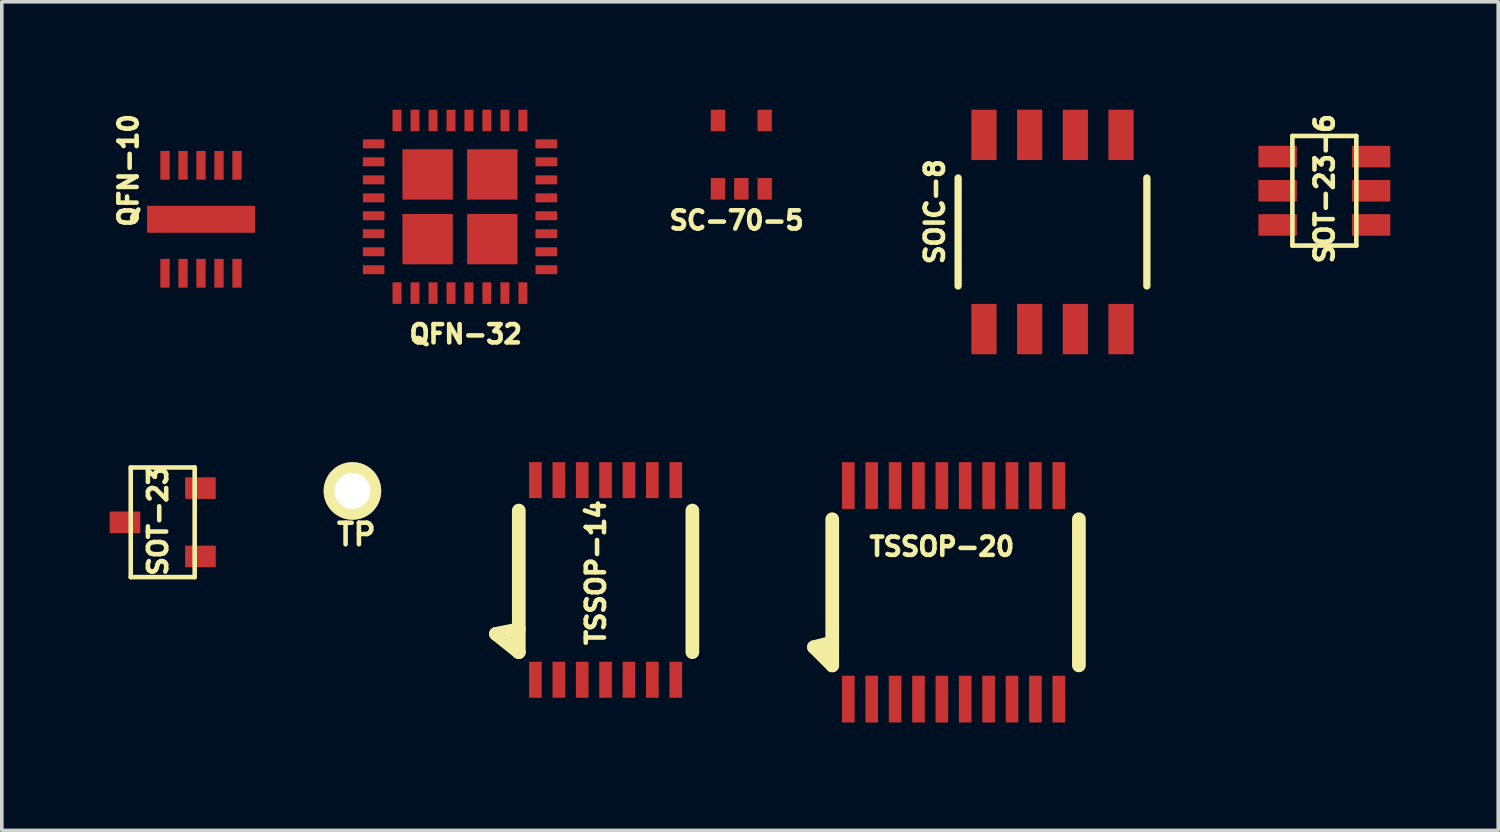
<source format=kicad_pcb>
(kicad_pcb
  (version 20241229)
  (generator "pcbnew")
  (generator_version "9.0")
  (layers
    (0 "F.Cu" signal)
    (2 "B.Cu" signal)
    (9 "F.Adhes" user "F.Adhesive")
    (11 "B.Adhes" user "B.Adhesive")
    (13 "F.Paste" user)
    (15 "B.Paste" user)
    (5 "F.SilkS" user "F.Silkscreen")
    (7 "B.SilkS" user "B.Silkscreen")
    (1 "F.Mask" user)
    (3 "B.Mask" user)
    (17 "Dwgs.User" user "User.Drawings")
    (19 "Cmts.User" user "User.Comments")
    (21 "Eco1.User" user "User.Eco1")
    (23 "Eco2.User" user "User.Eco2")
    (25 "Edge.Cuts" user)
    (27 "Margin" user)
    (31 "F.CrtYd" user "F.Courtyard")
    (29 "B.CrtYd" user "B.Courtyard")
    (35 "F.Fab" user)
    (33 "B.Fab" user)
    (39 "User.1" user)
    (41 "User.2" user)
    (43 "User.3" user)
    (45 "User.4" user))
  (footprint "QFN-10"
    (layer "F.Cu")
    (at 2.539 3.047)
    (property "Reference" "QFN-10" (at -2.019 -1.359 270) (layer "F.SilkS") (effects (font (size 0.508 0.508) (thickness 0.127))))
    (attr through_hole)
    (pad "1" smd rect (at -1.001 1.501) (size 0.259 0.8) (layers "F.Cu" "F.Mask" "F.Paste"))
    (pad "2" smd rect (at -0.5 1.501) (size 0.259 0.8) (layers "F.Cu" "F.Mask" "F.Paste"))
    (pad "3" smd rect (at 0 1.501) (size 0.259 0.8) (layers "F.Cu" "F.Mask" "F.Paste"))
    (pad "4" smd rect (at 0.5 1.501) (size 0.259 0.8) (layers "F.Cu" "F.Mask" "F.Paste"))
    (pad "5" smd rect (at 1.001 1.501) (size 0.259 0.8) (layers "F.Cu" "F.Mask" "F.Paste"))
    (pad "6" smd rect (at 1.001 -1.501) (size 0.259 0.8) (layers "F.Cu" "F.Mask" "F.Paste"))
    (pad "7" smd rect (at 0.5 -1.501) (size 0.259 0.8) (layers "F.Cu" "F.Mask" "F.Paste"))
    (pad "8" smd rect (at 0 -1.501) (size 0.259 0.8) (layers "F.Cu" "F.Mask" "F.Paste"))
    (pad "9" smd rect (at -0.5 -1.501) (size 0.259 0.8) (layers "F.Cu" "F.Mask" "F.Paste"))
    (pad "10" smd rect (at -1.001 -1.501) (size 0.259 0.8) (layers "F.Cu" "F.Mask" "F.Paste"))
    (pad "11" smd rect (at 0 0) (size 3 0.749) (layers "F.Cu" "F.Mask" "F.Paste")))
  (footprint "TSSOP-20"
    (layer "F.Cu")
    (at 23.138 13.419)
    (property "Reference" "TSSOP-20" (at 0 -1.27 0) (layer "F.SilkS") (effects (font (size 0.508 0.508) (thickness 0.127))))
    (attr through_hole)
    (fp_line (start -3.556 1.524) (end -3.048 1.397) (stroke (width 0.381) (type solid)) (layer "F.SilkS"))
    (fp_line (start -3.048 2.032) (end -3.556 1.524) (stroke (width 0.381) (type solid)) (layer "F.SilkS"))
    (fp_line (start -3.048 2.032) (end -3.048 -2.032) (stroke (width 0.381) (type solid)) (layer "F.SilkS"))
    (fp_line (start 3.81 2.032) (end 3.81 -2.032) (stroke (width 0.381) (type solid)) (layer "F.SilkS"))
    (pad "1" smd rect (at -2.601 2.969) (size 0.351 1.3) (layers "F.Cu" "F.Mask" "F.Paste"))
    (pad "2" smd rect (at -1.951 2.969) (size 0.351 1.3) (layers "F.Cu" "F.Mask" "F.Paste"))
    (pad "3" smd rect (at -1.3 2.969) (size 0.351 1.3) (layers "F.Cu" "F.Mask" "F.Paste"))
    (pad "4" smd rect (at -0.65 2.969) (size 0.351 1.3) (layers "F.Cu" "F.Mask" "F.Paste"))
    (pad "5" smd rect (at 0 2.969) (size 0.351 1.3) (layers "F.Cu" "F.Mask" "F.Paste"))
    (pad "6" smd rect (at 0.65 2.969) (size 0.351 1.3) (layers "F.Cu" "F.Mask" "F.Paste"))
    (pad "7" smd rect (at 1.3 2.969) (size 0.351 1.3) (layers "F.Cu" "F.Mask" "F.Paste"))
    (pad "8" smd rect (at 1.951 2.969) (size 0.351 1.3) (layers "F.Cu" "F.Mask" "F.Paste"))
    (pad "9" smd rect (at 2.601 2.969) (size 0.351 1.3) (layers "F.Cu" "F.Mask" "F.Paste"))
    (pad "10" smd rect (at 3.251 2.969) (size 0.351 1.3) (layers "F.Cu" "F.Mask" "F.Paste"))
    (pad "11" smd rect (at 3.251 -2.969) (size 0.351 1.3) (layers "F.Cu" "F.Mask" "F.Paste"))
    (pad "12" smd rect (at 2.601 -2.969) (size 0.351 1.3) (layers "F.Cu" "F.Mask" "F.Paste"))
    (pad "13" smd rect (at 1.951 -2.969) (size 0.351 1.3) (layers "F.Cu" "F.Mask" "F.Paste"))
    (pad "14" smd rect (at 1.3 -2.969) (size 0.351 1.3) (layers "F.Cu" "F.Mask" "F.Paste"))
    (pad "15" smd rect (at 0.65 -2.969) (size 0.351 1.3) (layers "F.Cu" "F.Mask" "F.Paste"))
    (pad "16" smd rect (at 0 -2.969) (size 0.351 1.3) (layers "F.Cu" "F.Mask" "F.Paste"))
    (pad "17" smd rect (at -0.65 -2.969) (size 0.351 1.3) (layers "F.Cu" "F.Mask" "F.Paste"))
    (pad "18" smd rect (at -1.3 -2.969) (size 0.351 1.3) (layers "F.Cu" "F.Mask" "F.Paste"))
    (pad "19" smd rect (at -1.951 -2.969) (size 0.351 1.3) (layers "F.Cu" "F.Mask" "F.Paste"))
    (pad "20" smd rect (at -2.601 -2.969) (size 0.351 1.3) (layers "F.Cu" "F.Mask" "F.Paste")))
  (footprint "TP"
    (layer "F.Cu")
    (at 6.749 10.6)
    (property "Reference" "TP" (at 0.109 1.212 0) (layer "F.SilkS") (effects (font (size 0.599 0.599) (thickness 0.127))))
    (attr through_hole)
    (pad "1" thru_hole circle (at 0 0) (size 1.6 1.6) (drill 1.001) (layers "*.Cu" "*.Mask" "F.SilkS")))
  (footprint "SOT-23"
    (layer "F.Cu")
    (at 1.474 11.472)
    (property "Reference" "SOT-23" (at -0.132 -0.033 90) (layer "F.SilkS") (effects (font (size 0.508 0.508) (thickness 0.127))))
    (attr smd)
    (fp_line (start -0.889 -1.524) (end 0.889 -1.524) (stroke (width 0.127) (type solid)) (layer "F.SilkS"))
    (fp_line (start -0.889 1.524) (end -0.889 -1.524) (stroke (width 0.127) (type solid)) (layer "F.SilkS"))
    (fp_line (start 0.889 -1.524) (end 0.889 1.524) (stroke (width 0.127) (type solid)) (layer "F.SilkS"))
    (fp_line (start 0.889 1.524) (end -0.889 1.524) (stroke (width 0.127) (type solid)) (layer "F.SilkS"))
    (pad "1" smd rect (at 1.049 0.95) (size 0.851 0.599) (layers "F.Cu" "F.Mask" "F.Paste"))
    (pad "2" smd rect (at 1.049 -0.95) (size 0.851 0.599) (layers "F.Cu" "F.Mask" "F.Paste"))
    (pad "3" smd rect (at -1.049 0) (size 0.851 0.599) (layers "F.Cu" "F.Mask" "F.Paste")))
  (footprint "SOT-23-6"
    (layer "F.Cu")
    (at 33.773 2.254)
    (property "Reference" "SOT-23-6" (at 0.005 -0.058 90) (layer "F.SilkS") (effects (font (size 0.508 0.508) (thickness 0.127))))
    (attr smd)
    (fp_line (start -0.889 -1.524) (end 0.889 -1.524) (stroke (width 0.127) (type solid)) (layer "F.SilkS"))
    (fp_line (start -0.889 1.524) (end -0.889 -1.524) (stroke (width 0.127) (type solid)) (layer "F.SilkS"))
    (fp_line (start 0.889 -1.524) (end 0.889 1.524) (stroke (width 0.127) (type solid)) (layer "F.SilkS"))
    (fp_line (start 0.889 1.524) (end -0.889 1.524) (stroke (width 0.127) (type solid)) (layer "F.SilkS"))
    (pad "1" smd rect (at -1.3 -0.95) (size 1.067 0.599) (layers "F.Cu" "F.Mask" "F.Paste"))
    (pad "2" smd rect (at -1.3 0) (size 1.067 0.599) (layers "F.Cu" "F.Mask" "F.Paste"))
    (pad "3" smd rect (at -1.3 0.95) (size 1.067 0.599) (layers "F.Cu" "F.Mask" "F.Paste"))
    (pad "4" smd rect (at 1.3 0.95) (size 1.067 0.599) (layers "F.Cu" "F.Mask" "F.Paste"))
    (pad "5" smd rect (at 1.3 0) (size 1.067 0.599) (layers "F.Cu" "F.Mask" "F.Paste"))
    (pad "6" smd rect (at 1.3 -0.95) (size 1.067 0.599) (layers "F.Cu" "F.Mask" "F.Paste")))
  (footprint "QFN-32"
    (layer "F.Cu")
    (at 9.739 2.7)
    (property "Reference" "QFN-32" (at 0.16 3.541 0) (layer "F.SilkS") (effects (font (size 0.508 0.508) (thickness 0.127))))
    (attr through_hole)
    (pad "1" smd rect (at -2.4 -1.75) (size 0.599 0.249) (layers "F.Cu" "F.Mask" "F.Paste"))
    (pad "2" smd rect (at -2.4 -1.25) (size 0.599 0.249) (layers "F.Cu" "F.Mask" "F.Paste"))
    (pad "3" smd rect (at -2.4 -0.749) (size 0.599 0.249) (layers "F.Cu" "F.Mask" "F.Paste"))
    (pad "4" smd rect (at -2.4 -0.249) (size 0.599 0.249) (layers "F.Cu" "F.Mask" "F.Paste"))
    (pad "5" smd rect (at -2.4 0.249) (size 0.599 0.249) (layers "F.Cu" "F.Mask" "F.Paste"))
    (pad "6" smd rect (at -2.4 0.749) (size 0.599 0.249) (layers "F.Cu" "F.Mask" "F.Paste"))
    (pad "7" smd rect (at -2.4 1.25) (size 0.599 0.249) (layers "F.Cu" "F.Mask" "F.Paste"))
    (pad "8" smd rect (at -2.4 1.75) (size 0.599 0.249) (layers "F.Cu" "F.Mask" "F.Paste"))
    (pad "9" smd rect (at -1.75 2.4) (size 0.249 0.599) (layers "F.Cu" "F.Mask" "F.Paste"))
    (pad "10" smd rect (at -1.25 2.4) (size 0.249 0.599) (layers "F.Cu" "F.Mask" "F.Paste"))
    (pad "11" smd rect (at -0.749 2.4) (size 0.249 0.599) (layers "F.Cu" "F.Mask" "F.Paste"))
    (pad "12" smd rect (at -0.249 2.4) (size 0.249 0.599) (layers "F.Cu" "F.Mask" "F.Paste"))
    (pad "13" smd rect (at 0.249 2.4) (size 0.249 0.599) (layers "F.Cu" "F.Mask" "F.Paste"))
    (pad "14" smd rect (at 0.749 2.4) (size 0.249 0.599) (layers "F.Cu" "F.Mask" "F.Paste"))
    (pad "15" smd rect (at 1.25 2.4) (size 0.249 0.599) (layers "F.Cu" "F.Mask" "F.Paste"))
    (pad "16" smd rect (at 1.75 2.4) (size 0.249 0.599) (layers "F.Cu" "F.Mask" "F.Paste"))
    (pad "17" smd rect (at 2.4 1.75) (size 0.599 0.249) (layers "F.Cu" "F.Mask" "F.Paste"))
    (pad "18" smd rect (at 2.4 1.25) (size 0.599 0.249) (layers "F.Cu" "F.Mask" "F.Paste"))
    (pad "19" smd rect (at 2.4 0.749) (size 0.599 0.249) (layers "F.Cu" "F.Mask" "F.Paste"))
    (pad "20" smd rect (at 2.4 0.249) (size 0.599 0.249) (layers "F.Cu" "F.Mask" "F.Paste"))
    (pad "21" smd rect (at 2.4 -0.249) (size 0.599 0.249) (layers "F.Cu" "F.Mask" "F.Paste"))
    (pad "22" smd rect (at 2.4 -0.749) (size 0.599 0.249) (layers "F.Cu" "F.Mask" "F.Paste"))
    (pad "23" smd rect (at 2.4 -1.25) (size 0.599 0.249) (layers "F.Cu" "F.Mask" "F.Paste"))
    (pad "24" smd rect (at 2.4 -1.75) (size 0.599 0.249) (layers "F.Cu" "F.Mask" "F.Paste"))
    (pad "25" smd rect (at 1.75 -2.4) (size 0.249 0.599) (layers "F.Cu" "F.Mask" "F.Paste"))
    (pad "26" smd rect (at 1.25 -2.4) (size 0.249 0.599) (layers "F.Cu" "F.Mask" "F.Paste"))
    (pad "27" smd rect (at 0.749 -2.4) (size 0.249 0.599) (layers "F.Cu" "F.Mask" "F.Paste"))
    (pad "28" smd rect (at 0.249 -2.4) (size 0.249 0.599) (layers "F.Cu" "F.Mask" "F.Paste"))
    (pad "29" smd rect (at -0.249 -2.4) (size 0.249 0.599) (layers "F.Cu" "F.Mask" "F.Paste"))
    (pad "30" smd rect (at -0.749 -2.4) (size 0.249 0.599) (layers "F.Cu" "F.Mask" "F.Paste"))
    (pad "31" smd rect (at -1.25 -2.4) (size 0.249 0.599) (layers "F.Cu" "F.Mask" "F.Paste"))
    (pad "32" smd rect (at -1.75 -2.4) (size 0.249 0.599) (layers "F.Cu" "F.Mask" "F.Paste"))
    (pad "P1" smd rect (at -0.899 -0.899) (size 1.4 1.4) (layers "F.Cu" "F.Mask" "F.Paste"))
    (pad "P2" smd rect (at -0.899 0.899) (size 1.4 1.4) (layers "F.Cu" "F.Mask" "F.Paste"))
    (pad "P3" smd rect (at 0.899 0.899) (size 1.4 1.4) (layers "F.Cu" "F.Mask" "F.Paste"))
    (pad "P4" smd rect (at 0.899 -0.899) (size 1.4 1.4) (layers "F.Cu" "F.Mask" "F.Paste")))
  (footprint "SC-70-5"
    (layer "F.Cu")
    (at 17.562 1.25)
    (property "Reference" "SC-70-5" (at -0.132 1.826 180) (layer "F.SilkS") (effects (font (size 0.508 0.508) (thickness 0.127))))
    (attr through_hole)
    (pad "1" smd rect (at -0.65 0.95) (size 0.399 0.599) (layers "F.Cu" "F.Mask" "F.Paste"))
    (pad "2" smd rect (at 0 0.95) (size 0.399 0.599) (layers "F.Cu" "F.Mask" "F.Paste"))
    (pad "3" smd rect (at 0.65 0.95) (size 0.399 0.599) (layers "F.Cu" "F.Mask" "F.Paste"))
    (pad "4" smd rect (at 0.65 -0.95) (size 0.399 0.599) (layers "F.Cu" "F.Mask" "F.Paste"))
    (pad "5" smd rect (at -0.65 -0.95) (size 0.399 0.599) (layers "F.Cu" "F.Mask" "F.Paste")))
  (footprint "SOIC-8"
    (layer "F.Cu")
    (at 26.214 3.4)
    (property "Reference" "SOIC-8" (at -3.274 -0.564 90) (layer "F.SilkS") (effects (font (size 0.508 0.508) (thickness 0.127))))
    (attr through_hole)
    (fp_line (start -2.624 -1.501) (end -2.624 1.501) (stroke (width 0.203) (type solid)) (layer "F.SilkS"))
    (fp_line (start 2.624 -1.501) (end 2.624 1.501) (stroke (width 0.203) (type solid)) (layer "F.SilkS"))
    (pad "1" smd rect (at -1.905 2.7) (size 0.701 1.4) (layers "F.Cu" "F.Mask" "F.Paste"))
    (pad "2" smd rect (at -0.635 2.7) (size 0.701 1.4) (layers "F.Cu" "F.Mask" "F.Paste"))
    (pad "3" smd rect (at 0.635 2.7) (size 0.701 1.4) (layers "F.Cu" "F.Mask" "F.Paste"))
    (pad "4" smd rect (at 1.905 2.7) (size 0.701 1.4) (layers "F.Cu" "F.Mask" "F.Paste"))
    (pad "5" smd rect (at 1.905 -2.7) (size 0.701 1.4) (layers "F.Cu" "F.Mask" "F.Paste"))
    (pad "6" smd rect (at 0.635 -2.7) (size 0.701 1.4) (layers "F.Cu" "F.Mask" "F.Paste"))
    (pad "7" smd rect (at -0.635 -2.7) (size 0.701 1.4) (layers "F.Cu" "F.Mask" "F.Paste"))
    (pad "8" smd rect (at -1.905 -2.7) (size 0.701 1.4) (layers "F.Cu" "F.Mask" "F.Paste")))
  (footprint "TSSOP-14"
    (layer "F.Cu")
    (at 13.788 13.051)
    (property "Reference" "TSSOP-14" (at -0.272 -0.178 90) (layer "F.SilkS") (effects (font (size 0.508 0.508) (thickness 0.127))))
    (attr through_hole)
    (fp_line (start -3.048 1.524) (end -2.413 1.397) (stroke (width 0.381) (type solid)) (layer "F.SilkS"))
    (fp_line (start -2.413 2.032) (end -3.048 1.524) (stroke (width 0.381) (type solid)) (layer "F.SilkS"))
    (fp_line (start -2.413 2.032) (end -2.413 -1.905) (stroke (width 0.381) (type solid)) (layer "F.SilkS"))
    (fp_line (start 2.413 2.032) (end 2.413 -1.905) (stroke (width 0.381) (type solid)) (layer "F.SilkS"))
    (pad "1" smd rect (at -1.951 2.799) (size 0.351 1.001) (layers "F.Cu" "F.Mask" "F.Paste"))
    (pad "2" smd rect (at -1.3 2.799) (size 0.351 1.001) (layers "F.Cu" "F.Mask" "F.Paste"))
    (pad "3" smd rect (at -0.65 2.799) (size 0.351 1.001) (layers "F.Cu" "F.Mask" "F.Paste"))
    (pad "4" smd rect (at 0 2.799) (size 0.351 1.001) (layers "F.Cu" "F.Mask" "F.Paste"))
    (pad "5" smd rect (at 0.65 2.799) (size 0.351 1.001) (layers "F.Cu" "F.Mask" "F.Paste"))
    (pad "6" smd rect (at 1.3 2.799) (size 0.351 1.001) (layers "F.Cu" "F.Mask" "F.Paste"))
    (pad "7" smd rect (at 1.951 2.799) (size 0.351 1.001) (layers "F.Cu" "F.Mask" "F.Paste"))
    (pad "8" smd rect (at 1.951 -2.751) (size 0.351 1.001) (layers "F.Cu" "F.Mask" "F.Paste"))
    (pad "9" smd rect (at 1.3 -2.751) (size 0.351 1.001) (layers "F.Cu" "F.Mask" "F.Paste"))
    (pad "10" smd rect (at 0.65 -2.751) (size 0.351 1.001) (layers "F.Cu" "F.Mask" "F.Paste"))
    (pad "11" smd rect (at 0 -2.751) (size 0.351 1.001) (layers "F.Cu" "F.Mask" "F.Paste"))
    (pad "12" smd rect (at -0.65 -2.751) (size 0.351 1.001) (layers "F.Cu" "F.Mask" "F.Paste"))
    (pad "13" smd rect (at -1.3 -2.751) (size 0.351 1.001) (layers "F.Cu" "F.Mask" "F.Paste"))
    (pad "14" smd rect (at -1.951 -2.751) (size 0.351 1.001) (layers "F.Cu" "F.Mask" "F.Paste")))
  (gr_rect
    (start -3 -3)
    (end 38.607 20.039)
    (stroke (width 0.1) (type default))
    (fill no)
    (layer "Edge.Cuts")))
</source>
